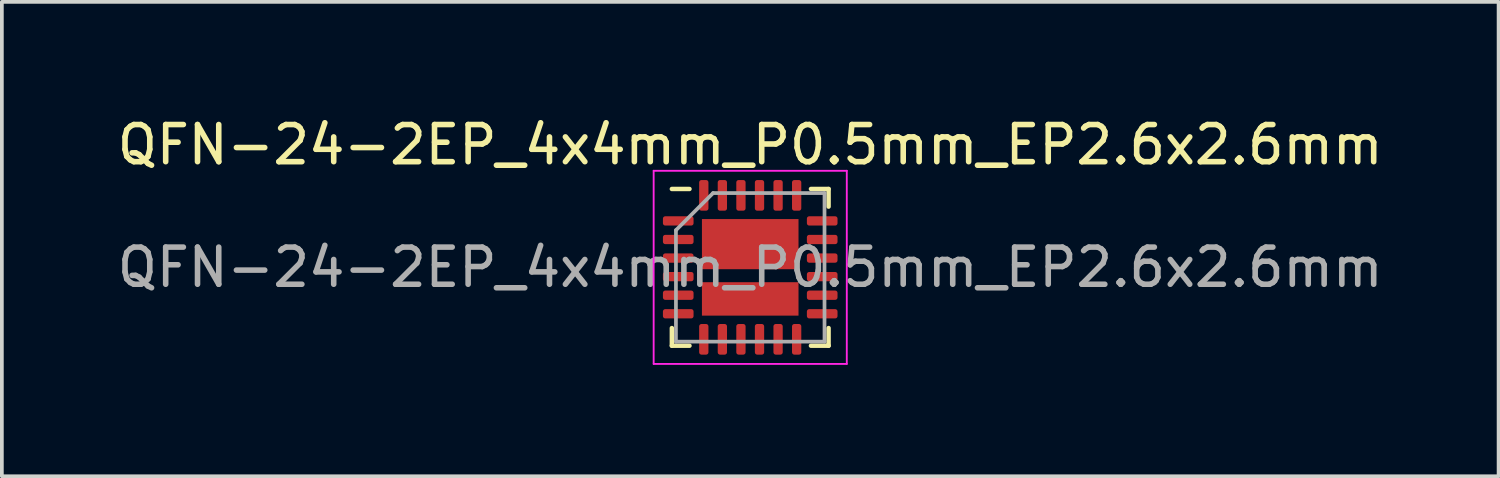
<source format=kicad_pcb>
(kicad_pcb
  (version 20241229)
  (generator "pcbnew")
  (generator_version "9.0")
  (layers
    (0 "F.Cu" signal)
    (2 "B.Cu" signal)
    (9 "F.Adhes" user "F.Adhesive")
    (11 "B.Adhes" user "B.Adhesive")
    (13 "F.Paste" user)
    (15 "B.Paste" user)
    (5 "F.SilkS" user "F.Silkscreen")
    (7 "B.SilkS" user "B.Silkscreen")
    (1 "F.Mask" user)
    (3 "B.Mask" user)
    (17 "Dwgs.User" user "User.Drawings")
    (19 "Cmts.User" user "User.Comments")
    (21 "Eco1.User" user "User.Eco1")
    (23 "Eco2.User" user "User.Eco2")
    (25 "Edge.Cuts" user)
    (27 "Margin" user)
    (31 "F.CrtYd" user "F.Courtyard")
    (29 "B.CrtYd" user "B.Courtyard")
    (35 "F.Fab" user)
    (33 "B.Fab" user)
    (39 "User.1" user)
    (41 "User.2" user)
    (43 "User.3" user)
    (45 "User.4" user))
  (footprint "QFN-24-2EP_4x4mm_P0.5mm_EP2.6x2.6mm"
    (layer "F.Cu")
    (at 17.149 4.148)
    (property "Reference" "QFN-24-2EP_4x4mm_P0.5mm_EP2.6x2.6mm" (at 0 -3.3 0) (layer "F.SilkS") (effects (font (size 1 1) (thickness 0.15))))
    (attr smd)
    (fp_line (start -2.11 2.11) (end -2.11 1.635) (stroke (width 0.12) (type solid)) (layer "F.SilkS"))
    (fp_line (start -1.635 -2.11) (end -2.11 -2.11) (stroke (width 0.12) (type solid)) (layer "F.SilkS"))
    (fp_line (start -1.635 2.11) (end -2.11 2.11) (stroke (width 0.12) (type solid)) (layer "F.SilkS"))
    (fp_line (start 1.635 -2.11) (end 2.11 -2.11) (stroke (width 0.12) (type solid)) (layer "F.SilkS"))
    (fp_line (start 1.635 2.11) (end 2.11 2.11) (stroke (width 0.12) (type solid)) (layer "F.SilkS"))
    (fp_line (start 2.11 -2.11) (end 2.11 -1.635) (stroke (width 0.12) (type solid)) (layer "F.SilkS"))
    (fp_line (start 2.11 2.11) (end 2.11 1.635) (stroke (width 0.12) (type solid)) (layer "F.SilkS"))
    (fp_line (start -2.6 -2.6) (end -2.6 2.6) (stroke (width 0.05) (type solid)) (layer "F.CrtYd"))
    (fp_line (start -2.6 2.6) (end 2.6 2.6) (stroke (width 0.05) (type solid)) (layer "F.CrtYd"))
    (fp_line (start 2.6 -2.6) (end -2.6 -2.6) (stroke (width 0.05) (type solid)) (layer "F.CrtYd"))
    (fp_line (start 2.6 2.6) (end 2.6 -2.6) (stroke (width 0.05) (type solid)) (layer "F.CrtYd"))
    (fp_line (start -2 -1) (end -1 -2) (stroke (width 0.1) (type solid)) (layer "F.Fab"))
    (fp_line (start -2 2) (end -2 -1) (stroke (width 0.1) (type solid)) (layer "F.Fab"))
    (fp_line (start -1 -2) (end 2 -2) (stroke (width 0.1) (type solid)) (layer "F.Fab"))
    (fp_line (start 2 -2) (end 2 2) (stroke (width 0.1) (type solid)) (layer "F.Fab"))
    (fp_line (start 2 2) (end -2 2) (stroke (width 0.1) (type solid)) (layer "F.Fab"))
    (fp_text user "${REFERENCE}" (at 0 0 0) (layer "F.Fab") (effects (font (size 1 1) (thickness 0.15))))
    (pad "" smd roundrect (at -0.65 -0.625) (size 1.05 1.15) (layers "F.Cu" "F.Paste") (roundrect_rratio 0.25))
    (pad "" smd roundrect (at -0.65 0.85) (size 1.05 0.7) (layers "F.Cu" "F.Paste") (roundrect_rratio 0.25))
    (pad "" smd roundrect (at 0.65 -0.625) (size 1.05 1.15) (layers "F.Cu" "F.Paste") (roundrect_rratio 0.25))
    (pad "" smd roundrect (at 0.65 0.85) (size 1.05 0.7) (layers "F.Cu" "F.Paste") (roundrect_rratio 0.25))
    (pad "1" smd roundrect (at -1.938 -1.25) (size 0.825 0.25) (layers "F.Cu" "F.Mask" "F.Paste") (roundrect_rratio 0.25))
    (pad "2" smd roundrect (at -1.938 -0.75) (size 0.825 0.25) (layers "F.Cu" "F.Mask" "F.Paste") (roundrect_rratio 0.25))
    (pad "3" smd roundrect (at -1.938 -0.25) (size 0.825 0.25) (layers "F.Cu" "F.Mask" "F.Paste") (roundrect_rratio 0.25))
    (pad "4" smd roundrect (at -1.938 0.25) (size 0.825 0.25) (layers "F.Cu" "F.Mask" "F.Paste") (roundrect_rratio 0.25))
    (pad "5" smd roundrect (at -1.938 0.75) (size 0.825 0.25) (layers "F.Cu" "F.Mask" "F.Paste") (roundrect_rratio 0.25))
    (pad "6" smd roundrect (at -1.938 1.25) (size 0.825 0.25) (layers "F.Cu" "F.Mask" "F.Paste") (roundrect_rratio 0.25))
    (pad "7" smd roundrect (at -1.25 1.938) (size 0.25 0.825) (layers "F.Cu" "F.Mask" "F.Paste") (roundrect_rratio 0.25))
    (pad "8" smd roundrect (at -0.75 1.938) (size 0.25 0.825) (layers "F.Cu" "F.Mask" "F.Paste") (roundrect_rratio 0.25))
    (pad "9" smd roundrect (at -0.25 1.938) (size 0.25 0.825) (layers "F.Cu" "F.Mask" "F.Paste") (roundrect_rratio 0.25))
    (pad "10" smd roundrect (at 0.25 1.938) (size 0.25 0.825) (layers "F.Cu" "F.Mask" "F.Paste") (roundrect_rratio 0.25))
    (pad "11" smd roundrect (at 0.75 1.938) (size 0.25 0.825) (layers "F.Cu" "F.Mask" "F.Paste") (roundrect_rratio 0.25))
    (pad "12" smd roundrect (at 1.25 1.938) (size 0.25 0.825) (layers "F.Cu" "F.Mask" "F.Paste") (roundrect_rratio 0.25))
    (pad "13" smd roundrect (at 1.938 1.25) (size 0.825 0.25) (layers "F.Cu" "F.Mask" "F.Paste") (roundrect_rratio 0.25))
    (pad "14" smd roundrect (at 1.938 0.75) (size 0.825 0.25) (layers "F.Cu" "F.Mask" "F.Paste") (roundrect_rratio 0.25))
    (pad "15" smd roundrect (at 1.938 0.25) (size 0.825 0.25) (layers "F.Cu" "F.Mask" "F.Paste") (roundrect_rratio 0.25))
    (pad "16" smd roundrect (at 1.938 -0.25) (size 0.825 0.25) (layers "F.Cu" "F.Mask" "F.Paste") (roundrect_rratio 0.25))
    (pad "17" smd roundrect (at 1.938 -0.75) (size 0.825 0.25) (layers "F.Cu" "F.Mask" "F.Paste") (roundrect_rratio 0.25))
    (pad "18" smd roundrect (at 1.938 -1.25) (size 0.825 0.25) (layers "F.Cu" "F.Mask" "F.Paste") (roundrect_rratio 0.25))
    (pad "19" smd roundrect (at 1.25 -1.938) (size 0.25 0.825) (layers "F.Cu" "F.Mask" "F.Paste") (roundrect_rratio 0.25))
    (pad "20" smd roundrect (at 0.75 -1.938) (size 0.25 0.825) (layers "F.Cu" "F.Mask" "F.Paste") (roundrect_rratio 0.25))
    (pad "21" smd roundrect (at 0.25 -1.938) (size 0.25 0.825) (layers "F.Cu" "F.Mask" "F.Paste") (roundrect_rratio 0.25))
    (pad "22" smd roundrect (at -0.25 -1.938) (size 0.25 0.825) (layers "F.Cu" "F.Mask" "F.Paste") (roundrect_rratio 0.25))
    (pad "23" smd roundrect (at -0.75 -1.938) (size 0.25 0.825) (layers "F.Cu" "F.Mask" "F.Paste") (roundrect_rratio 0.25))
    (pad "24" smd roundrect (at -1.25 -1.938) (size 0.25 0.825) (layers "F.Cu" "F.Mask" "F.Paste") (roundrect_rratio 0.25))
    (pad "25" smd rect (at 0 -0.625) (size 2.6 1.35) (layers "F.Cu" "F.Mask"))
    (pad "26" smd rect (at 0 0.85) (size 2.6 0.9) (layers "F.Cu" "F.Mask")))
  (gr_rect
    (start -3 -3)
    (end 37.298 9.773)
    (stroke (width 0.1) (type default))
    (fill no)
    (layer "Edge.Cuts")))
</source>
